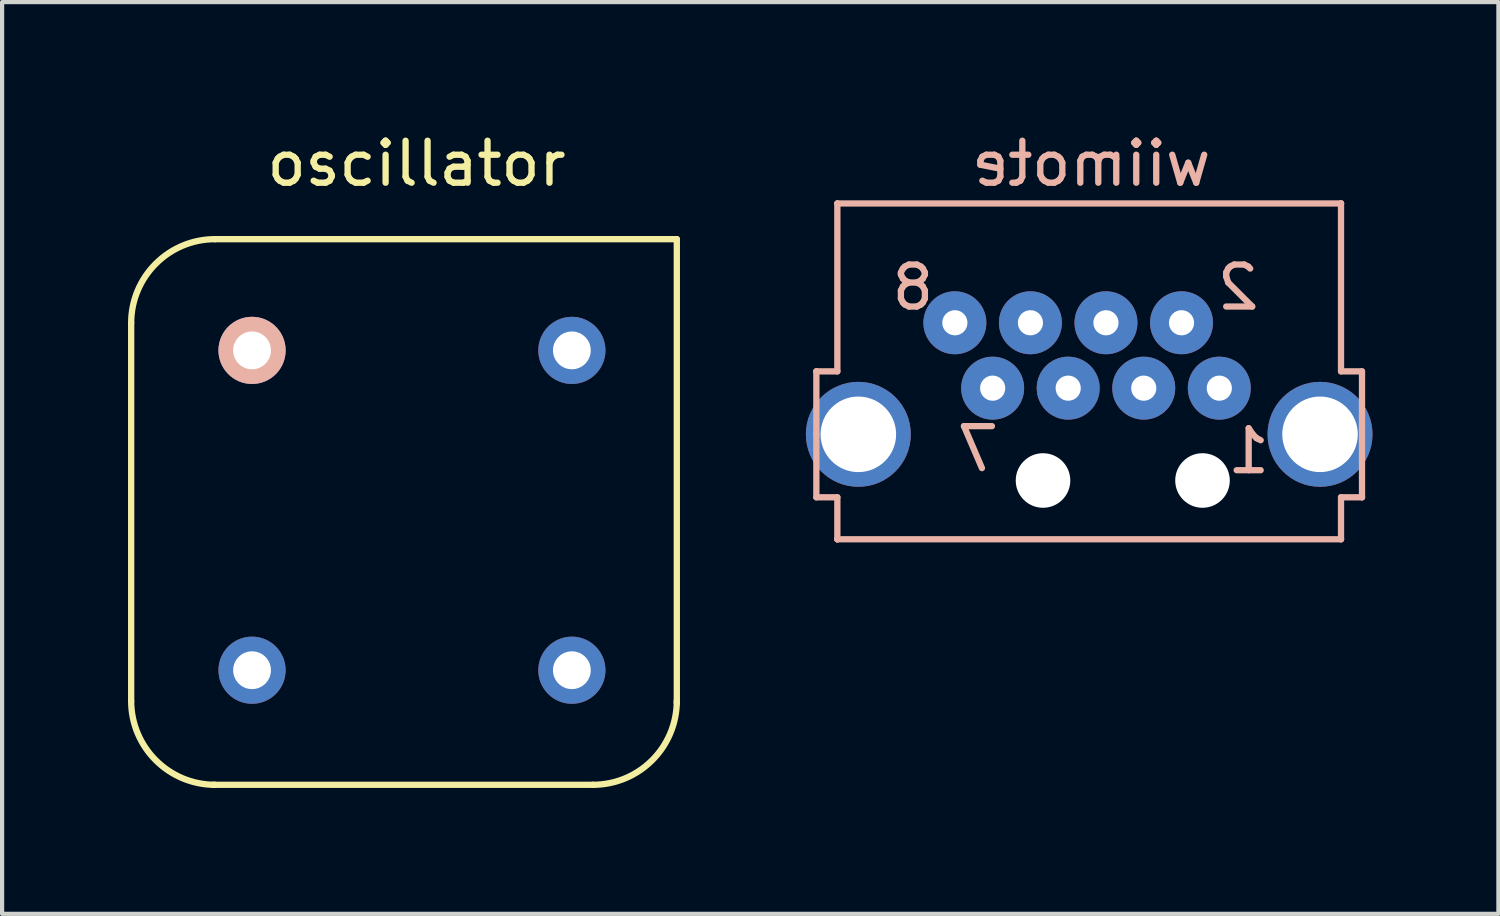
<source format=kicad_pcb>
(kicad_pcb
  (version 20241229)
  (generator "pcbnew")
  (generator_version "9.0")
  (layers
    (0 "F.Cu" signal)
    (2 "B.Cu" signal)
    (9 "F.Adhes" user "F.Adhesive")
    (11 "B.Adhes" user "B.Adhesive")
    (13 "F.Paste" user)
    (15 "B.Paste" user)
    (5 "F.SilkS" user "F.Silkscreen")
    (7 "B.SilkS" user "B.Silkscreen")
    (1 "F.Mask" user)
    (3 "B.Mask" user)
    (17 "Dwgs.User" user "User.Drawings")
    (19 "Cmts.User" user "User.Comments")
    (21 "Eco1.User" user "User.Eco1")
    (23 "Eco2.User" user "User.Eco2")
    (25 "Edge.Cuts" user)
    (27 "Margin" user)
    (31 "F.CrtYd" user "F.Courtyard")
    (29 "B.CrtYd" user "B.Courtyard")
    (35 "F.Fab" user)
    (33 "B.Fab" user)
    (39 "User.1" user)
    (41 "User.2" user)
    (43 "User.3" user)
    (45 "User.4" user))
  (footprint "wiimote"
    (layer "F.Cu")
    (at 22.9 3.898)
    (property "Reference" "wiimote" (at 0.05 -3.05 0) (layer "B.SilkS") (effects (font (size 1 1) (thickness 0.15)) (justify mirror)))
    (attr through_hole)
    (fp_line (start -6.5 1.9) (end -6.5 1.9) (stroke (width 0.15) (type solid)) (layer "B.SilkS"))
    (fp_line (start -6.5 1.9) (end -6 1.9) (stroke (width 0.15) (type solid)) (layer "B.SilkS"))
    (fp_line (start -6.5 3.4) (end -6.5 3.4) (stroke (width 0.15) (type solid)) (layer "B.SilkS"))
    (fp_line (start -6.5 4.9) (end -6.5 1.9) (stroke (width 0.15) (type solid)) (layer "B.SilkS"))
    (fp_line (start -6.5 4.9) (end -6 4.9) (stroke (width 0.15) (type solid)) (layer "B.SilkS"))
    (fp_line (start -6 -2.1) (end -6 -2.1) (stroke (width 0.15) (type solid)) (layer "B.SilkS"))
    (fp_line (start -6 -2.1) (end 6 -2.1) (stroke (width 0.15) (type solid)) (layer "B.SilkS"))
    (fp_line (start -6 1.9) (end -6 -2.1) (stroke (width 0.15) (type solid)) (layer "B.SilkS"))
    (fp_line (start -6 4.9) (end -6 5.9) (stroke (width 0.15) (type solid)) (layer "B.SilkS"))
    (fp_line (start -6 5.9) (end -6 5.9) (stroke (width 0.15) (type solid)) (layer "B.SilkS"))
    (fp_line (start -6 5.9) (end -6 5.9) (stroke (width 0.15) (type solid)) (layer "B.SilkS"))
    (fp_line (start 6 -2.1) (end 6 -2.1) (stroke (width 0.15) (type solid)) (layer "B.SilkS"))
    (fp_line (start 6 -2.1) (end 6 -2.1) (stroke (width 0.15) (type solid)) (layer "B.SilkS"))
    (fp_line (start 6 1.9) (end 6 -2.1) (stroke (width 0.15) (type solid)) (layer "B.SilkS"))
    (fp_line (start 6 4.9) (end 6 5.9) (stroke (width 0.15) (type solid)) (layer "B.SilkS"))
    (fp_line (start 6 5.9) (end -6 5.9) (stroke (width 0.15) (type solid)) (layer "B.SilkS"))
    (fp_line (start 6 5.9) (end 6 5.9) (stroke (width 0.15) (type solid)) (layer "B.SilkS"))
    (fp_line (start 6.5 1.9) (end 6 1.9) (stroke (width 0.15) (type solid)) (layer "B.SilkS"))
    (fp_line (start 6.5 1.9) (end 6.5 4.9) (stroke (width 0.15) (type solid)) (layer "B.SilkS"))
    (fp_line (start 6.5 4.9) (end 6 4.9) (stroke (width 0.15) (type solid)) (layer "B.SilkS"))
    (fp_line (start 6.5 4.9) (end 6.5 4.9) (stroke (width 0.15) (type solid)) (layer "B.SilkS"))
    (fp_text user "8" (at -4.2 -0.1 0) (layer "B.SilkS") (effects (font (size 1 1) (thickness 0.15)) (justify mirror)))
    (fp_text user "1" (at 3.8 3.8 0) (layer "B.SilkS") (effects (font (size 1 1) (thickness 0.15)) (justify mirror)))
    (fp_text user "2" (at 3.55 -0.1 0) (layer "B.SilkS") (effects (font (size 1 1) (thickness 0.15)) (justify mirror)))
    (fp_text user "7" (at -2.65 3.75 0) (layer "B.SilkS") (effects (font (size 1 1) (thickness 0.15)) (justify mirror)))
    (pad "" np_thru_hole circle (at -5.5 3.4) (size 2.5 2.5) (drill 1.8) (layers "*.Cu" "*.Mask"))
    (pad "" np_thru_hole circle (at -1.1 4.5) (size 1.3 1.3) (drill 1.3) (layers "*.Cu" "*.Mask"))
    (pad "" np_thru_hole circle (at 2.7 4.5) (size 1.3 1.3) (drill 1.3) (layers "*.Cu" "*.Mask"))
    (pad "" np_thru_hole circle (at 5.5 3.4) (size 2.5 2.5) (drill 1.8) (layers "*.Cu" "*.Mask"))
    (pad "1" thru_hole circle (at 3.1 2.3) (size 1.5 1.5) (drill 0.6) (layers "*.Cu" "*.Mask"))
    (pad "2" thru_hole circle (at 2.2 0.742) (size 1.5 1.5) (drill 0.6) (layers "*.Cu" "*.Mask"))
    (pad "3" thru_hole circle (at 1.3 2.3) (size 1.5 1.5) (drill 0.6) (layers "*.Cu" "*.Mask"))
    (pad "4" thru_hole circle (at 0.4 0.742) (size 1.5 1.5) (drill 0.6) (layers "*.Cu" "*.Mask"))
    (pad "5" thru_hole circle (at -0.5 2.3) (size 1.5 1.5) (drill 0.6) (layers "*.Cu" "*.Mask"))
    (pad "6" thru_hole circle (at -1.4 0.742) (size 1.5 1.5) (drill 0.6) (layers "*.Cu" "*.Mask"))
    (pad "7" thru_hole circle (at -2.3 2.3) (size 1.5 1.5) (drill 0.6) (layers "*.Cu" "*.Mask"))
    (pad "8" thru_hole circle (at -3.2 0.742) (size 1.5 1.5) (drill 0.6) (layers "*.Cu" "*.Mask")))
  (footprint "oscillator"
    (layer "F.Cu")
    (at 6.875 8.848)
    (property "Reference" "oscillator" (at 0 -8 0) (layer "F.SilkS") (effects (font (size 1 1) (thickness 0.15))))
    (attr through_hole)
    (fp_line (start -6.8 -4.2) (end -6.8 4.8) (stroke (width 0.15) (type solid)) (layer "F.SilkS"))
    (fp_line (start -4.85 6.8) (end 4.2 6.8) (stroke (width 0.15) (type solid)) (layer "F.SilkS"))
    (fp_line (start 6.2 -6.2) (end -4.8 -6.2) (stroke (width 0.15) (type solid)) (layer "F.SilkS"))
    (fp_line (start 6.2 4.85) (end 6.2 -6.2) (stroke (width 0.15) (type solid)) (layer "F.SilkS"))
    (fp_arc (start -6.8 -4.2) (mid -6.214214 -5.614214) (end -4.8 -6.2) (stroke (width 0.15) (type solid)) (layer "F.SilkS"))
    (fp_arc (start -4.8 6.8) (mid -6.214214 6.214214) (end -6.8 4.8) (stroke (width 0.15) (type solid)) (layer "F.SilkS"))
    (fp_arc (start 6.2 4.8) (mid 5.614214 6.214214) (end 4.2 6.8) (stroke (width 0.15) (type solid)) (layer "F.SilkS"))
    (pad "1" thru_hole circle (at 3.7 -3.55 180) (size 1.6 1.6) (drill 0.9) (layers "*.Cu" "*.Mask"))
    (pad "4" thru_hole circle (at -3.92 -3.55 180) (size 1.6 1.6) (drill 0.9) (layers "*.Cu" "*.Mask" "B.SilkS"))
    (pad "5" thru_hole circle (at -3.92 4.07 180) (size 1.6 1.6) (drill 0.9) (layers "*.Cu" "*.Mask"))
    (pad "8" thru_hole circle (at 3.7 4.07 180) (size 1.6 1.6) (drill 0.9) (layers "*.Cu" "*.Mask")))
  (gr_rect
    (start -3 -3)
    (end 32.65 18.723)
    (stroke (width 0.1) (type default))
    (fill no)
    (layer "Edge.Cuts")))
</source>
